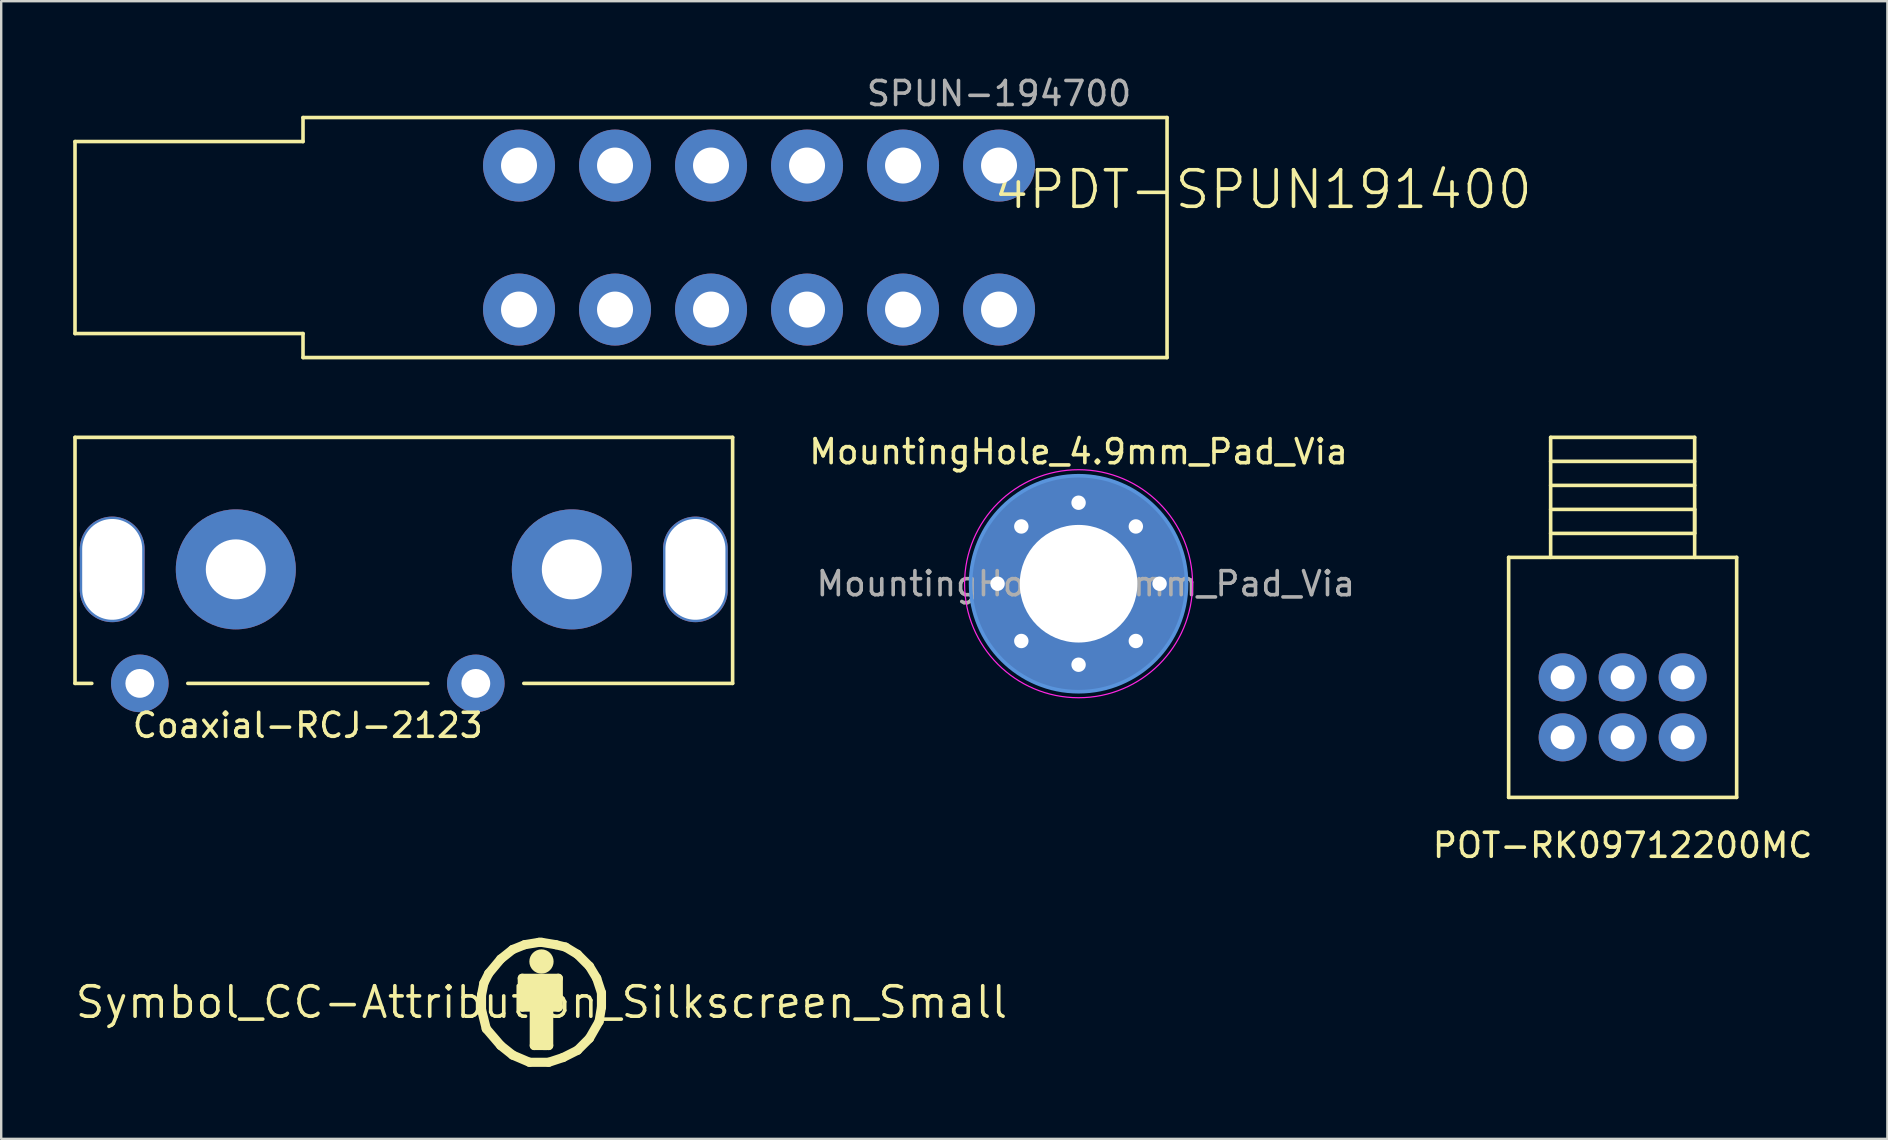
<source format=kicad_pcb>
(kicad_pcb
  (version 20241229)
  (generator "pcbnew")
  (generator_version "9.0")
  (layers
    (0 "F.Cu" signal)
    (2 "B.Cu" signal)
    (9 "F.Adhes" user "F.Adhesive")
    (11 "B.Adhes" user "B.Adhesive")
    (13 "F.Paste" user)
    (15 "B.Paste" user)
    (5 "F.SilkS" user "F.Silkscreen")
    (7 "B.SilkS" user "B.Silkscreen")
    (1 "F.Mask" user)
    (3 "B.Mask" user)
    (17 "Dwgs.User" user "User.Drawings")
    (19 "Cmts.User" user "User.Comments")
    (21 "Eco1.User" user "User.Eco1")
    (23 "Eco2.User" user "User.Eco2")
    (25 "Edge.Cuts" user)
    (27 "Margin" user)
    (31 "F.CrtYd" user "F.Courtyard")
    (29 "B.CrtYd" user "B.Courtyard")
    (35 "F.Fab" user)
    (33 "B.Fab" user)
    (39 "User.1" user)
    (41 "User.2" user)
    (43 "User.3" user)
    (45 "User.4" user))
  (footprint "MountingHole_4.9mm_Pad_Via"
    (layer "F.Cu")
    (at 41.889 21.271)
    (property "Reference" "MountingHole_4.9mm_Pad_Via" (at 0 -5.5 0) (layer "F.SilkS") (effects (font (size 1 1) (thickness 0.15))))
    (attr exclude_from_pos_files exclude_from_bom)
    (fp_circle (center 0 0) (end 4.5 0) (stroke (width 0.15) (type solid)) (fill no) (layer "Cmts.User"))
    (fp_circle (center 0 0) (end 4.75 0) (stroke (width 0.05) (type solid)) (fill no) (layer "F.CrtYd"))
    (fp_text user "${REFERENCE}" (at 0.3 0 0) (layer "F.Fab") (effects (font (size 1 1) (thickness 0.15))))
    (pad "1" thru_hole circle (at -3.375 0) (size 0.9 0.9) (drill 0.6) (layers "*.Cu" "*.Mask"))
    (pad "1" thru_hole circle (at -2.386 -2.386) (size 0.9 0.9) (drill 0.6) (layers "*.Cu" "*.Mask"))
    (pad "1" thru_hole circle (at -2.386 2.386) (size 0.9 0.9) (drill 0.6) (layers "*.Cu" "*.Mask"))
    (pad "1" thru_hole circle (at 0 -3.375) (size 0.9 0.9) (drill 0.6) (layers "*.Cu" "*.Mask"))
    (pad "1" thru_hole circle (at 0 0) (size 9 9) (drill 4.9) (layers "*.Cu" "*.Mask"))
    (pad "1" thru_hole circle (at 0 3.375) (size 0.9 0.9) (drill 0.6) (layers "*.Cu" "*.Mask"))
    (pad "1" thru_hole circle (at 2.386 -2.386) (size 0.9 0.9) (drill 0.6) (layers "*.Cu" "*.Mask"))
    (pad "1" thru_hole circle (at 2.386 2.386) (size 0.9 0.9) (drill 0.6) (layers "*.Cu" "*.Mask"))
    (pad "1" thru_hole circle (at 3.375 0) (size 0.9 0.9) (drill 0.6) (layers "*.Cu" "*.Mask")))
  (footprint "4PDT-SPUN191400"
    (layer "F.Cu")
    (at 45.575 1.848)
    (property "Reference" "4PDT-SPUN191400" (at 4 3 0) (layer "F.SilkS") (effects (font (size 1.524 1.524) (thickness 0.15))))
    (attr through_hole)
    (fp_line (start -45.5 1) (end -45.5 9) (stroke (width 0.15) (type solid)) (layer "F.SilkS"))
    (fp_line (start -45.5 1) (end -36 1) (stroke (width 0.15) (type solid)) (layer "F.SilkS"))
    (fp_line (start -45.5 9) (end -36 9) (stroke (width 0.15) (type solid)) (layer "F.SilkS"))
    (fp_line (start -36 0) (end -36 1) (stroke (width 0.15) (type solid)) (layer "F.SilkS"))
    (fp_line (start -36 0) (end 0 0) (stroke (width 0.15) (type solid)) (layer "F.SilkS"))
    (fp_line (start -36 10) (end -36 9) (stroke (width 0.15) (type solid)) (layer "F.SilkS"))
    (fp_line (start 0 0) (end 0 10) (stroke (width 0.15) (type solid)) (layer "F.SilkS"))
    (fp_line (start 0 10) (end -36 10) (stroke (width 0.15) (type solid)) (layer "F.SilkS"))
    (fp_text user "SPUN-194700" (at -7 -1 0) (layer "F.Fab") (effects (font (size 1 1) (thickness 0.15))))
    (pad "1" thru_hole circle (at -27 2) (size 3 3) (drill 1.5) (layers "*.Cu" "*.Mask"))
    (pad "2" thru_hole circle (at -19 2) (size 3 3) (drill 1.5) (layers "*.Cu" "*.Mask"))
    (pad "3" thru_hole circle (at -23 2) (size 3 3) (drill 1.5) (layers "*.Cu" "*.Mask"))
    (pad "4" thru_hole circle (at -15 2) (size 3 3) (drill 1.5) (layers "*.Cu" "*.Mask"))
    (pad "5" thru_hole circle (at -7 2) (size 3 3) (drill 1.5) (layers "*.Cu" "*.Mask"))
    (pad "6" thru_hole circle (at -11 2) (size 3 3) (drill 1.5) (layers "*.Cu" "*.Mask"))
    (pad "7" thru_hole circle (at -27 8) (size 3 3) (drill 1.5) (layers "*.Cu" "*.Mask"))
    (pad "8" thru_hole circle (at -19 8) (size 3 3) (drill 1.5) (layers "*.Cu" "*.Mask"))
    (pad "9" thru_hole circle (at -23 8) (size 3 3) (drill 1.5) (layers "*.Cu" "*.Mask"))
    (pad "10" thru_hole circle (at -15 8) (size 3 3) (drill 1.5) (layers "*.Cu" "*.Mask"))
    (pad "11" thru_hole circle (at -7 8) (size 3 3) (drill 1.5) (layers "*.Cu" "*.Mask"))
    (pad "12" thru_hole circle (at -11 8) (size 3 3) (drill 1.5) (layers "*.Cu" "*.Mask")))
  (footprint "POT-RK09712200MC"
    (layer "F.Cu")
    (at 64.558 15.173)
    (property "Reference" "POT-RK09712200MC" (at 0 17 0) (layer "F.SilkS") (effects (font (size 1 1) (thickness 0.15))))
    (attr through_hole)
    (fp_line (start -4.75 15) (end -4.75 5) (stroke (width 0.15) (type solid)) (layer "F.SilkS"))
    (fp_line (start -3 0) (end 3 0) (stroke (width 0.15) (type solid)) (layer "F.SilkS"))
    (fp_line (start -3 2) (end 3 2) (stroke (width 0.15) (type solid)) (layer "F.SilkS"))
    (fp_line (start -3 4) (end 3 4) (stroke (width 0.15) (type solid)) (layer "F.SilkS"))
    (fp_line (start -3 5) (end -3 0) (stroke (width 0.15) (type solid)) (layer "F.SilkS"))
    (fp_line (start 3 0) (end 3 5) (stroke (width 0.15) (type solid)) (layer "F.SilkS"))
    (fp_line (start 3 1) (end -3 1) (stroke (width 0.15) (type solid)) (layer "F.SilkS"))
    (fp_line (start 3 3) (end -3 3) (stroke (width 0.15) (type solid)) (layer "F.SilkS"))
    (fp_line (start 3 4) (end 3 3) (stroke (width 0.15) (type solid)) (layer "F.SilkS"))
    (fp_line (start 4.75 5) (end -4.75 5) (stroke (width 0.15) (type solid)) (layer "F.SilkS"))
    (fp_line (start 4.75 5) (end 4.75 15) (stroke (width 0.15) (type solid)) (layer "F.SilkS"))
    (fp_line (start 4.75 15) (end -4.75 15) (stroke (width 0.15) (type solid)) (layer "F.SilkS"))
    (pad "1" thru_hole circle (at 2.5 10) (size 2 2) (drill 1) (layers "*.Cu" "*.Mask"))
    (pad "2" thru_hole circle (at 0 10) (size 2 2) (drill 1) (layers "*.Cu" "*.Mask"))
    (pad "3" thru_hole circle (at -2.5 10) (size 2 2) (drill 1) (layers "*.Cu" "*.Mask"))
    (pad "4" thru_hole circle (at 2.5 12.5) (size 2 2) (drill 1) (layers "*.Cu" "*.Mask"))
    (pad "5" thru_hole circle (at 0 12.5) (size 2 2) (drill 1) (layers "*.Cu" "*.Mask"))
    (pad "6" thru_hole circle (at -2.5 12.5) (size 2 2) (drill 1) (layers "*.Cu" "*.Mask")))
  (footprint "Symbol_CC-Attribution_Silkscreen_Small"
    (layer "F.Cu")
    (at 19.511 38.711)
    (property "Reference" "Symbol_CC-Attribution_Silkscreen_Small" (at 0 0 0) (layer "F.SilkS") (effects (font (size 1.27 1.27) (thickness 0.15))))
    (attr exclude_from_pos_files exclude_from_bom)
    (fp_line (start -2.499 -0.3) (end -2.499 0.3) (stroke (width 0.381) (type solid)) (layer "F.SilkS"))
    (fp_line (start -2.499 0.3) (end -2.301 1.1) (stroke (width 0.381) (type solid)) (layer "F.SilkS"))
    (fp_line (start -2.4 -0.8) (end -2.499 -0.3) (stroke (width 0.381) (type solid)) (layer "F.SilkS"))
    (fp_line (start -2.301 1.1) (end -1.699 1.801) (stroke (width 0.381) (type solid)) (layer "F.SilkS"))
    (fp_line (start -2.2 -1.199) (end -2.4 -0.8) (stroke (width 0.381) (type solid)) (layer "F.SilkS"))
    (fp_line (start -1.699 -1.801) (end -2.2 -1.199) (stroke (width 0.381) (type solid)) (layer "F.SilkS"))
    (fp_line (start -1.699 1.801) (end -1.199 2.2) (stroke (width 0.381) (type solid)) (layer "F.SilkS"))
    (fp_line (start -1.199 -2.2) (end -1.699 -1.801) (stroke (width 0.381) (type solid)) (layer "F.SilkS"))
    (fp_line (start -1.199 2.2) (end -0.5 2.499) (stroke (width 0.381) (type solid)) (layer "F.SilkS"))
    (fp_line (start -0.8 -1.001) (end 0.701 -1.001) (stroke (width 0.381) (type solid)) (layer "F.SilkS"))
    (fp_line (start -0.8 -0.099) (end 0.5 -0.099) (stroke (width 0.381) (type solid)) (layer "F.SilkS"))
    (fp_line (start -0.8 0.201) (end -0.8 -1.001) (stroke (width 0.381) (type solid)) (layer "F.SilkS"))
    (fp_line (start -0.701 -2.4) (end -1.199 -2.2) (stroke (width 0.381) (type solid)) (layer "F.SilkS"))
    (fp_line (start -0.701 -0.701) (end 0.599 -0.701) (stroke (width 0.381) (type solid)) (layer "F.SilkS"))
    (fp_line (start -0.5 2.499) (end 0.3 2.499) (stroke (width 0.381) (type solid)) (layer "F.SilkS"))
    (fp_line (start -0.3 0.3) (end -0.3 1.801) (stroke (width 0.381) (type solid)) (layer "F.SilkS"))
    (fp_line (start -0.3 1.801) (end 0.201 1.801) (stroke (width 0.381) (type solid)) (layer "F.SilkS"))
    (fp_line (start -0.099 -2.499) (end -0.701 -2.4) (stroke (width 0.381) (type solid)) (layer "F.SilkS"))
    (fp_line (start 0 -2.499) (end -0.099 -2.499) (stroke (width 0.381) (type solid)) (layer "F.SilkS"))
    (fp_line (start 0 -1.9) (end 0 -1.501) (stroke (width 0.381) (type solid)) (layer "F.SilkS"))
    (fp_line (start 0 0.3) (end 0 1.6) (stroke (width 0.381) (type solid)) (layer "F.SilkS"))
    (fp_line (start 0.099 1.801) (end 0.3 1.801) (stroke (width 0.381) (type solid)) (layer "F.SilkS"))
    (fp_line (start 0.3 1.801) (end 0.3 0.201) (stroke (width 0.381) (type solid)) (layer "F.SilkS"))
    (fp_line (start 0.3 2.499) (end 0.899 2.301) (stroke (width 0.381) (type solid)) (layer "F.SilkS"))
    (fp_line (start 0.5 -0.399) (end -0.701 -0.399) (stroke (width 0.381) (type solid)) (layer "F.SilkS"))
    (fp_line (start 0.599 -2.4) (end 0 -2.499) (stroke (width 0.381) (type solid)) (layer "F.SilkS"))
    (fp_line (start 0.701 -1.001) (end 0.701 0.201) (stroke (width 0.381) (type solid)) (layer "F.SilkS"))
    (fp_line (start 0.701 0.201) (end -0.8 0.201) (stroke (width 0.381) (type solid)) (layer "F.SilkS"))
    (fp_line (start 0.899 2.301) (end 1.501 1.999) (stroke (width 0.381) (type solid)) (layer "F.SilkS"))
    (fp_line (start 1.001 -2.301) (end 0.599 -2.4) (stroke (width 0.381) (type solid)) (layer "F.SilkS"))
    (fp_line (start 1.501 -1.999) (end 1.001 -2.301) (stroke (width 0.381) (type solid)) (layer "F.SilkS"))
    (fp_line (start 1.501 1.999) (end 1.999 1.501) (stroke (width 0.381) (type solid)) (layer "F.SilkS"))
    (fp_line (start 1.999 -1.501) (end 1.501 -1.999) (stroke (width 0.381) (type solid)) (layer "F.SilkS"))
    (fp_line (start 1.999 1.501) (end 2.4 0.8) (stroke (width 0.381) (type solid)) (layer "F.SilkS"))
    (fp_line (start 2.301 -1.001) (end 1.999 -1.501) (stroke (width 0.381) (type solid)) (layer "F.SilkS"))
    (fp_line (start 2.4 0.8) (end 2.499 0.201) (stroke (width 0.381) (type solid)) (layer "F.SilkS"))
    (fp_line (start 2.499 -0.399) (end 2.301 -1.001) (stroke (width 0.381) (type solid)) (layer "F.SilkS"))
    (fp_line (start 2.499 0.201) (end 2.499 -0.399) (stroke (width 0.381) (type solid)) (layer "F.SilkS"))
    (fp_circle (center 0 -1.699) (end 0.099 -1.4) (stroke (width 0.381) (type solid)) (fill no) (layer "F.SilkS")))
  (footprint "Coaxial-RCJ-2123"
    (layer "F.Cu")
    (at 13.775 15.173)
    (property "Reference" "Coaxial-RCJ-2123" (at -4 12 0) (layer "F.SilkS") (effects (font (size 1 1) (thickness 0.15))))
    (attr through_hole)
    (fp_line (start -13.7 0) (end -13.7 10.25) (stroke (width 0.15) (type solid)) (layer "F.SilkS"))
    (fp_line (start -13 10.25) (end -13.7 10.25) (stroke (width 0.15) (type solid)) (layer "F.SilkS"))
    (fp_line (start 1 10.25) (end -9 10.25) (stroke (width 0.15) (type solid)) (layer "F.SilkS"))
    (fp_line (start 5 10.25) (end 13.7 10.25) (stroke (width 0.15) (type solid)) (layer "F.SilkS"))
    (fp_line (start 13.7 0) (end -13.7 0) (stroke (width 0.15) (type solid)) (layer "F.SilkS"))
    (fp_line (start 13.7 0) (end 13.7 10.25) (stroke (width 0.15) (type solid)) (layer "F.SilkS"))
    (pad "" np_thru_hole oval (at -12.15 5.5) (size 2.7 4.4) (drill oval 2.5 4.2) (layers "*.Cu" "*.Mask"))
    (pad "" np_thru_hole oval (at 12.15 5.5) (size 2.7 4.4) (drill oval 2.5 4.2) (layers "*.Cu" "*.Mask"))
    (pad "1" thru_hole circle (at -11 10.25) (size 2.4 2.4) (drill 1.2) (layers "*.Cu" "*.Mask"))
    (pad "2" thru_hole circle (at 3 10.25) (size 2.4 2.4) (drill 1.2) (layers "*.Cu" "*.Mask"))
    (pad "3" thru_hole circle (at -7 5.5) (size 5 5) (drill 2.5) (layers "*.Cu" "*.Mask"))
    (pad "3" thru_hole circle (at 7 5.5) (size 5 5) (drill 2.5) (layers "*.Cu" "*.Mask")))
  (gr_rect
    (start -3 -3)
    (end 75.588 44.401)
    (stroke (width 0.1) (type default))
    (fill no)
    (layer "Edge.Cuts")))
</source>
